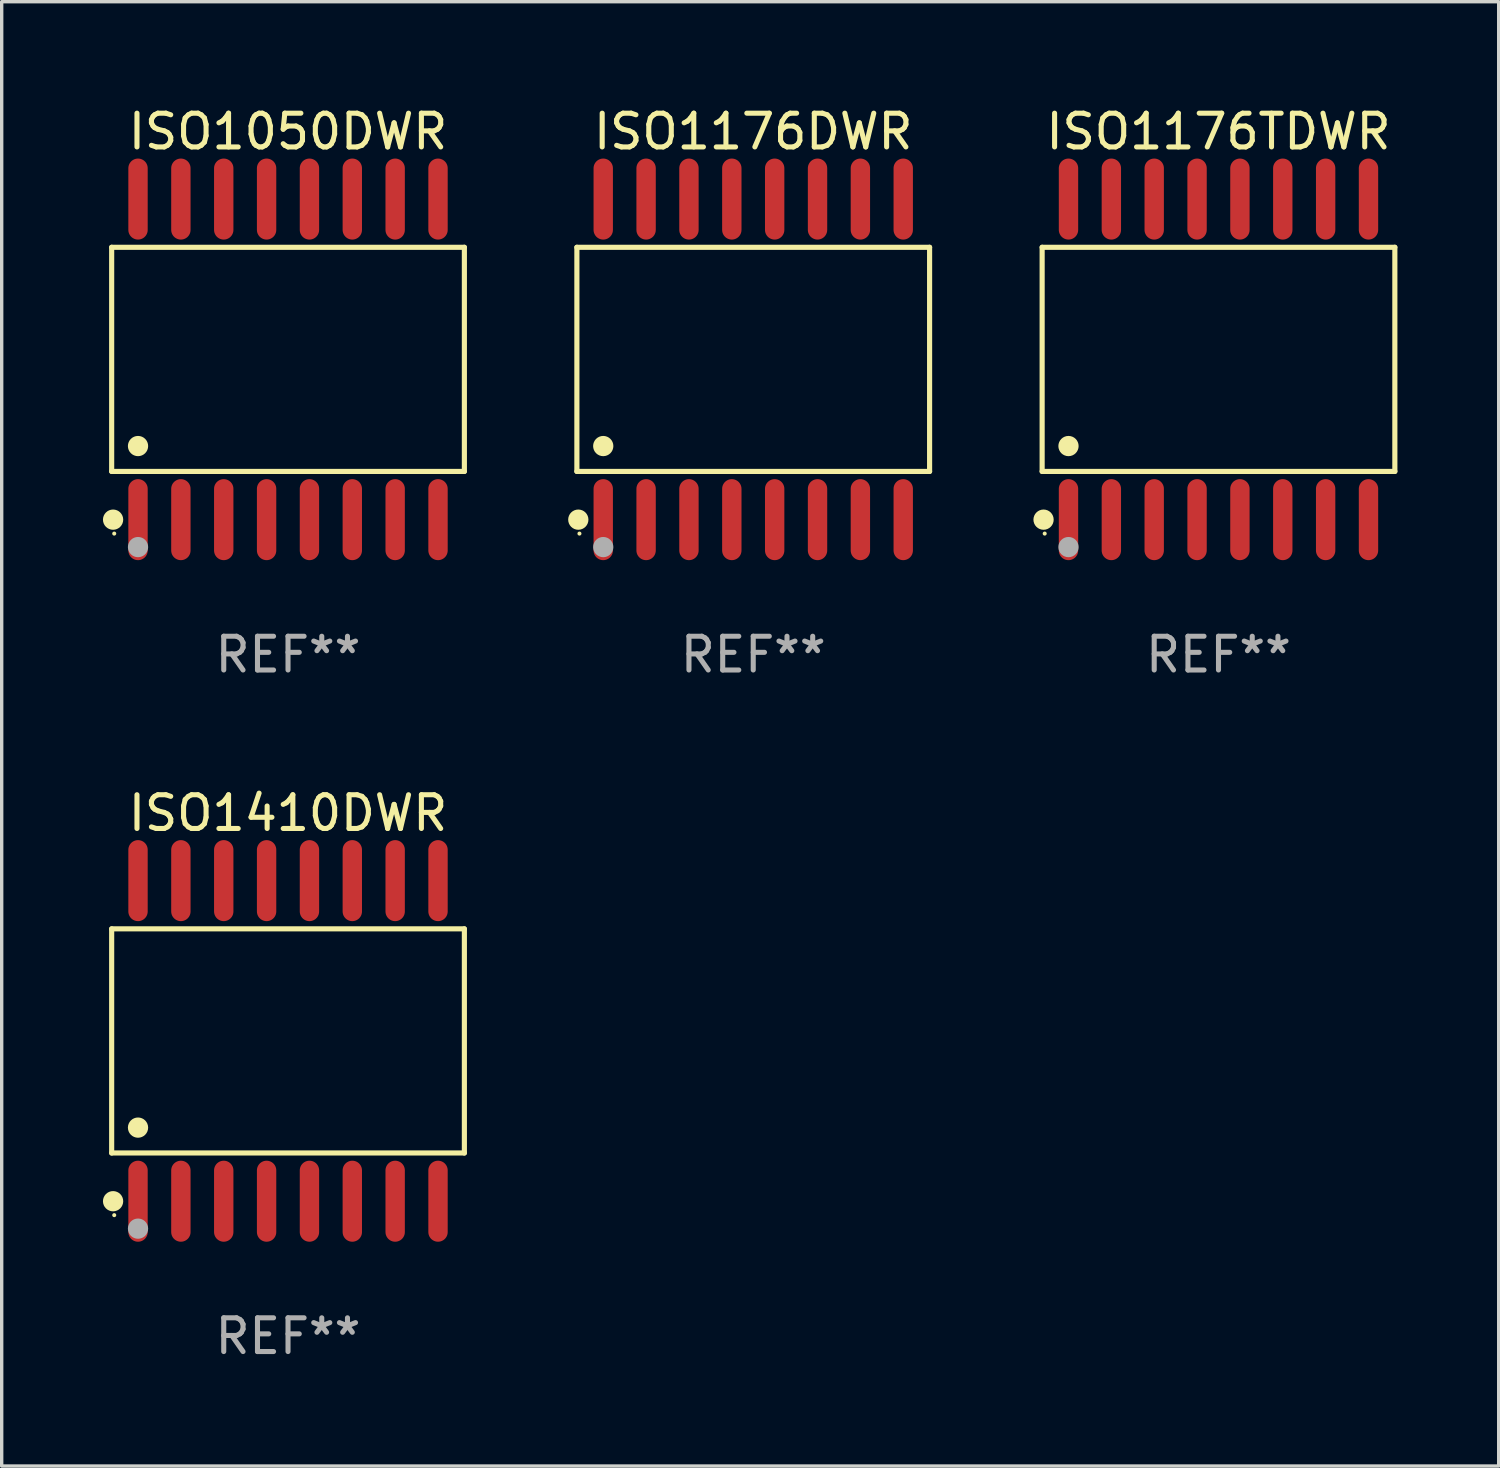
<source format=kicad_pcb>
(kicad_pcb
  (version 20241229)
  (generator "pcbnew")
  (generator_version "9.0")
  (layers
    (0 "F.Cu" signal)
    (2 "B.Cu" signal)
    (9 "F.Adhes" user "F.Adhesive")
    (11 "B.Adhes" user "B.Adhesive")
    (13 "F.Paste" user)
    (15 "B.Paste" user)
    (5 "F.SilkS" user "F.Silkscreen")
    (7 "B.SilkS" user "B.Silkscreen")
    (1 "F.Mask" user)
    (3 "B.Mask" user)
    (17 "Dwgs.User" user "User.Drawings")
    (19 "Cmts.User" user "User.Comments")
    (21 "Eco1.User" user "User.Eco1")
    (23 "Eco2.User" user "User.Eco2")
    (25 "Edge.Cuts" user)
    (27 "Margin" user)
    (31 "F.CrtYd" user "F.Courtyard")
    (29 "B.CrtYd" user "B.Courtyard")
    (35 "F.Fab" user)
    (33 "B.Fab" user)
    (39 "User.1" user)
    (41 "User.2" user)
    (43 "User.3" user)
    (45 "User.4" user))
  (footprint "ISO1176DWR"
    (layer "F.Cu")
    (at 19.271 7.599)
    (property "Reference" "ISO1176DWR" (at 0 -6.75 0) (layer "F.SilkS") (effects (font (size 1 1) (thickness 0.15))))
    (attr through_hole)
    (fp_line (start -5.226 -3.321) (end 5.226 -3.321) (stroke (width 0.152) (type solid)) (layer "F.SilkS"))
    (fp_line (start -5.226 3.321) (end -5.226 -3.321) (stroke (width 0.152) (type solid)) (layer "F.SilkS"))
    (fp_line (start 5.226 -3.321) (end 5.226 3.321) (stroke (width 0.152) (type solid)) (layer "F.SilkS"))
    (fp_line (start 5.226 3.321) (end -5.226 3.321) (stroke (width 0.152) (type solid)) (layer "F.SilkS"))
    (fp_circle (center -5.184 4.75) (end -5.034 4.75) (stroke (width 0.3) (type solid)) (fill no) (layer "F.SilkS"))
    (fp_circle (center -5.15 5.163) (end -5.12 5.163) (stroke (width 0.06) (type solid)) (fill no) (layer "F.SilkS"))
    (fp_circle (center -4.445 2.569) (end -4.295 2.569) (stroke (width 0.3) (type solid)) (fill no) (layer "F.SilkS"))
    (fp_circle (center -4.445 5.563) (end -4.295 5.563) (stroke (width 0.3) (type solid)) (fill no) (layer "F.Fab"))
    (fp_text user "REF**" (at 0 8.75 0) (layer "F.Fab") (effects (font (size 1 1) (thickness 0.15))))
    (pad "1" smd oval (at -4.445 4.75) (size 0.574 2.401) (layers "F.Cu" "F.Mask" "F.Paste"))
    (pad "2" smd oval (at -3.175 4.75) (size 0.574 2.401) (layers "F.Cu" "F.Mask" "F.Paste"))
    (pad "3" smd oval (at -1.905 4.75) (size 0.574 2.401) (layers "F.Cu" "F.Mask" "F.Paste"))
    (pad "4" smd oval (at -0.635 4.75) (size 0.574 2.401) (layers "F.Cu" "F.Mask" "F.Paste"))
    (pad "5" smd oval (at 0.635 4.75) (size 0.574 2.401) (layers "F.Cu" "F.Mask" "F.Paste"))
    (pad "6" smd oval (at 1.905 4.75) (size 0.574 2.401) (layers "F.Cu" "F.Mask" "F.Paste"))
    (pad "7" smd oval (at 3.175 4.75) (size 0.574 2.401) (layers "F.Cu" "F.Mask" "F.Paste"))
    (pad "8" smd oval (at 4.445 4.75) (size 0.574 2.401) (layers "F.Cu" "F.Mask" "F.Paste"))
    (pad "9" smd oval (at 4.445 -4.75) (size 0.574 2.401) (layers "F.Cu" "F.Mask" "F.Paste"))
    (pad "10" smd oval (at 3.175 -4.75) (size 0.574 2.401) (layers "F.Cu" "F.Mask" "F.Paste"))
    (pad "11" smd oval (at 1.905 -4.75) (size 0.574 2.401) (layers "F.Cu" "F.Mask" "F.Paste"))
    (pad "12" smd oval (at 0.635 -4.75) (size 0.574 2.401) (layers "F.Cu" "F.Mask" "F.Paste"))
    (pad "13" smd oval (at -0.635 -4.75) (size 0.574 2.401) (layers "F.Cu" "F.Mask" "F.Paste"))
    (pad "14" smd oval (at -1.905 -4.75) (size 0.574 2.401) (layers "F.Cu" "F.Mask" "F.Paste"))
    (pad "15" smd oval (at -3.175 -4.75) (size 0.574 2.401) (layers "F.Cu" "F.Mask" "F.Paste"))
    (pad "16" smd oval (at -4.445 -4.75) (size 0.574 2.401) (layers "F.Cu" "F.Mask" "F.Paste")))
  (footprint "ISO1176TDWR"
    (layer "F.Cu")
    (at 33.058 7.599)
    (property "Reference" "ISO1176TDWR" (at 0 -6.75 0) (layer "F.SilkS") (effects (font (size 1 1) (thickness 0.15))))
    (attr through_hole)
    (fp_line (start -5.226 -3.321) (end 5.226 -3.321) (stroke (width 0.152) (type solid)) (layer "F.SilkS"))
    (fp_line (start -5.226 3.321) (end -5.226 -3.321) (stroke (width 0.152) (type solid)) (layer "F.SilkS"))
    (fp_line (start 5.226 -3.321) (end 5.226 3.321) (stroke (width 0.152) (type solid)) (layer "F.SilkS"))
    (fp_line (start 5.226 3.321) (end -5.226 3.321) (stroke (width 0.152) (type solid)) (layer "F.SilkS"))
    (fp_circle (center -5.184 4.75) (end -5.034 4.75) (stroke (width 0.3) (type solid)) (fill no) (layer "F.SilkS"))
    (fp_circle (center -5.15 5.163) (end -5.12 5.163) (stroke (width 0.06) (type solid)) (fill no) (layer "F.SilkS"))
    (fp_circle (center -4.445 2.569) (end -4.295 2.569) (stroke (width 0.3) (type solid)) (fill no) (layer "F.SilkS"))
    (fp_circle (center -4.445 5.563) (end -4.295 5.563) (stroke (width 0.3) (type solid)) (fill no) (layer "F.Fab"))
    (fp_text user "REF**" (at 0 8.75 0) (layer "F.Fab") (effects (font (size 1 1) (thickness 0.15))))
    (pad "1" smd oval (at -4.445 4.75) (size 0.574 2.401) (layers "F.Cu" "F.Mask" "F.Paste"))
    (pad "2" smd oval (at -3.175 4.75) (size 0.574 2.401) (layers "F.Cu" "F.Mask" "F.Paste"))
    (pad "3" smd oval (at -1.905 4.75) (size 0.574 2.401) (layers "F.Cu" "F.Mask" "F.Paste"))
    (pad "4" smd oval (at -0.635 4.75) (size 0.574 2.401) (layers "F.Cu" "F.Mask" "F.Paste"))
    (pad "5" smd oval (at 0.635 4.75) (size 0.574 2.401) (layers "F.Cu" "F.Mask" "F.Paste"))
    (pad "6" smd oval (at 1.905 4.75) (size 0.574 2.401) (layers "F.Cu" "F.Mask" "F.Paste"))
    (pad "7" smd oval (at 3.175 4.75) (size 0.574 2.401) (layers "F.Cu" "F.Mask" "F.Paste"))
    (pad "8" smd oval (at 4.445 4.75) (size 0.574 2.401) (layers "F.Cu" "F.Mask" "F.Paste"))
    (pad "9" smd oval (at 4.445 -4.75) (size 0.574 2.401) (layers "F.Cu" "F.Mask" "F.Paste"))
    (pad "10" smd oval (at 3.175 -4.75) (size 0.574 2.401) (layers "F.Cu" "F.Mask" "F.Paste"))
    (pad "11" smd oval (at 1.905 -4.75) (size 0.574 2.401) (layers "F.Cu" "F.Mask" "F.Paste"))
    (pad "12" smd oval (at 0.635 -4.75) (size 0.574 2.401) (layers "F.Cu" "F.Mask" "F.Paste"))
    (pad "13" smd oval (at -0.635 -4.75) (size 0.574 2.401) (layers "F.Cu" "F.Mask" "F.Paste"))
    (pad "14" smd oval (at -1.905 -4.75) (size 0.574 2.401) (layers "F.Cu" "F.Mask" "F.Paste"))
    (pad "15" smd oval (at -3.175 -4.75) (size 0.574 2.401) (layers "F.Cu" "F.Mask" "F.Paste"))
    (pad "16" smd oval (at -4.445 -4.75) (size 0.574 2.401) (layers "F.Cu" "F.Mask" "F.Paste")))
  (footprint "ISO1410DWR"
    (layer "F.Cu")
    (at 5.485 27.796)
    (property "Reference" "ISO1410DWR" (at 0 -6.75 0) (layer "F.SilkS") (effects (font (size 1 1) (thickness 0.15))))
    (attr through_hole)
    (fp_line (start -5.226 -3.321) (end 5.226 -3.321) (stroke (width 0.152) (type solid)) (layer "F.SilkS"))
    (fp_line (start -5.226 3.321) (end -5.226 -3.321) (stroke (width 0.152) (type solid)) (layer "F.SilkS"))
    (fp_line (start 5.226 -3.321) (end 5.226 3.321) (stroke (width 0.152) (type solid)) (layer "F.SilkS"))
    (fp_line (start 5.226 3.321) (end -5.226 3.321) (stroke (width 0.152) (type solid)) (layer "F.SilkS"))
    (fp_circle (center -5.184 4.75) (end -5.034 4.75) (stroke (width 0.3) (type solid)) (fill no) (layer "F.SilkS"))
    (fp_circle (center -5.15 5.163) (end -5.12 5.163) (stroke (width 0.06) (type solid)) (fill no) (layer "F.SilkS"))
    (fp_circle (center -4.445 2.569) (end -4.295 2.569) (stroke (width 0.3) (type solid)) (fill no) (layer "F.SilkS"))
    (fp_circle (center -4.445 5.563) (end -4.295 5.563) (stroke (width 0.3) (type solid)) (fill no) (layer "F.Fab"))
    (fp_text user "REF**" (at 0 8.75 0) (layer "F.Fab") (effects (font (size 1 1) (thickness 0.15))))
    (pad "1" smd oval (at -4.445 4.75) (size 0.574 2.401) (layers "F.Cu" "F.Mask" "F.Paste"))
    (pad "2" smd oval (at -3.175 4.75) (size 0.574 2.401) (layers "F.Cu" "F.Mask" "F.Paste"))
    (pad "3" smd oval (at -1.905 4.75) (size 0.574 2.401) (layers "F.Cu" "F.Mask" "F.Paste"))
    (pad "4" smd oval (at -0.635 4.75) (size 0.574 2.401) (layers "F.Cu" "F.Mask" "F.Paste"))
    (pad "5" smd oval (at 0.635 4.75) (size 0.574 2.401) (layers "F.Cu" "F.Mask" "F.Paste"))
    (pad "6" smd oval (at 1.905 4.75) (size 0.574 2.401) (layers "F.Cu" "F.Mask" "F.Paste"))
    (pad "7" smd oval (at 3.175 4.75) (size 0.574 2.401) (layers "F.Cu" "F.Mask" "F.Paste"))
    (pad "8" smd oval (at 4.445 4.75) (size 0.574 2.401) (layers "F.Cu" "F.Mask" "F.Paste"))
    (pad "9" smd oval (at 4.445 -4.75) (size 0.574 2.401) (layers "F.Cu" "F.Mask" "F.Paste"))
    (pad "10" smd oval (at 3.175 -4.75) (size 0.574 2.401) (layers "F.Cu" "F.Mask" "F.Paste"))
    (pad "11" smd oval (at 1.905 -4.75) (size 0.574 2.401) (layers "F.Cu" "F.Mask" "F.Paste"))
    (pad "12" smd oval (at 0.635 -4.75) (size 0.574 2.401) (layers "F.Cu" "F.Mask" "F.Paste"))
    (pad "13" smd oval (at -0.635 -4.75) (size 0.574 2.401) (layers "F.Cu" "F.Mask" "F.Paste"))
    (pad "14" smd oval (at -1.905 -4.75) (size 0.574 2.401) (layers "F.Cu" "F.Mask" "F.Paste"))
    (pad "15" smd oval (at -3.175 -4.75) (size 0.574 2.401) (layers "F.Cu" "F.Mask" "F.Paste"))
    (pad "16" smd oval (at -4.445 -4.75) (size 0.574 2.401) (layers "F.Cu" "F.Mask" "F.Paste")))
  (footprint "ISO1050DWR"
    (layer "F.Cu")
    (at 5.485 7.599)
    (property "Reference" "ISO1050DWR" (at 0 -6.75 0) (layer "F.SilkS") (effects (font (size 1 1) (thickness 0.15))))
    (attr through_hole)
    (fp_line (start -5.226 -3.321) (end 5.226 -3.321) (stroke (width 0.152) (type solid)) (layer "F.SilkS"))
    (fp_line (start -5.226 3.321) (end -5.226 -3.321) (stroke (width 0.152) (type solid)) (layer "F.SilkS"))
    (fp_line (start 5.226 -3.321) (end 5.226 3.321) (stroke (width 0.152) (type solid)) (layer "F.SilkS"))
    (fp_line (start 5.226 3.321) (end -5.226 3.321) (stroke (width 0.152) (type solid)) (layer "F.SilkS"))
    (fp_circle (center -5.184 4.75) (end -5.034 4.75) (stroke (width 0.3) (type solid)) (fill no) (layer "F.SilkS"))
    (fp_circle (center -5.15 5.163) (end -5.12 5.163) (stroke (width 0.06) (type solid)) (fill no) (layer "F.SilkS"))
    (fp_circle (center -4.445 2.569) (end -4.295 2.569) (stroke (width 0.3) (type solid)) (fill no) (layer "F.SilkS"))
    (fp_circle (center -4.445 5.563) (end -4.295 5.563) (stroke (width 0.3) (type solid)) (fill no) (layer "F.Fab"))
    (fp_text user "REF**" (at 0 8.75 0) (layer "F.Fab") (effects (font (size 1 1) (thickness 0.15))))
    (pad "1" smd oval (at -4.445 4.75) (size 0.574 2.401) (layers "F.Cu" "F.Mask" "F.Paste"))
    (pad "2" smd oval (at -3.175 4.75) (size 0.574 2.401) (layers "F.Cu" "F.Mask" "F.Paste"))
    (pad "3" smd oval (at -1.905 4.75) (size 0.574 2.401) (layers "F.Cu" "F.Mask" "F.Paste"))
    (pad "4" smd oval (at -0.635 4.75) (size 0.574 2.401) (layers "F.Cu" "F.Mask" "F.Paste"))
    (pad "5" smd oval (at 0.635 4.75) (size 0.574 2.401) (layers "F.Cu" "F.Mask" "F.Paste"))
    (pad "6" smd oval (at 1.905 4.75) (size 0.574 2.401) (layers "F.Cu" "F.Mask" "F.Paste"))
    (pad "7" smd oval (at 3.175 4.75) (size 0.574 2.401) (layers "F.Cu" "F.Mask" "F.Paste"))
    (pad "8" smd oval (at 4.445 4.75) (size 0.574 2.401) (layers "F.Cu" "F.Mask" "F.Paste"))
    (pad "9" smd oval (at 4.445 -4.75) (size 0.574 2.401) (layers "F.Cu" "F.Mask" "F.Paste"))
    (pad "10" smd oval (at 3.175 -4.75) (size 0.574 2.401) (layers "F.Cu" "F.Mask" "F.Paste"))
    (pad "11" smd oval (at 1.905 -4.75) (size 0.574 2.401) (layers "F.Cu" "F.Mask" "F.Paste"))
    (pad "12" smd oval (at 0.635 -4.75) (size 0.574 2.401) (layers "F.Cu" "F.Mask" "F.Paste"))
    (pad "13" smd oval (at -0.635 -4.75) (size 0.574 2.401) (layers "F.Cu" "F.Mask" "F.Paste"))
    (pad "14" smd oval (at -1.905 -4.75) (size 0.574 2.401) (layers "F.Cu" "F.Mask" "F.Paste"))
    (pad "15" smd oval (at -3.175 -4.75) (size 0.574 2.401) (layers "F.Cu" "F.Mask" "F.Paste"))
    (pad "16" smd oval (at -4.445 -4.75) (size 0.574 2.401) (layers "F.Cu" "F.Mask" "F.Paste")))
  (gr_rect
    (start -3 -3)
    (end 41.361 40.394)
    (stroke (width 0.1) (type default))
    (fill no)
    (layer "Edge.Cuts")))
</source>
